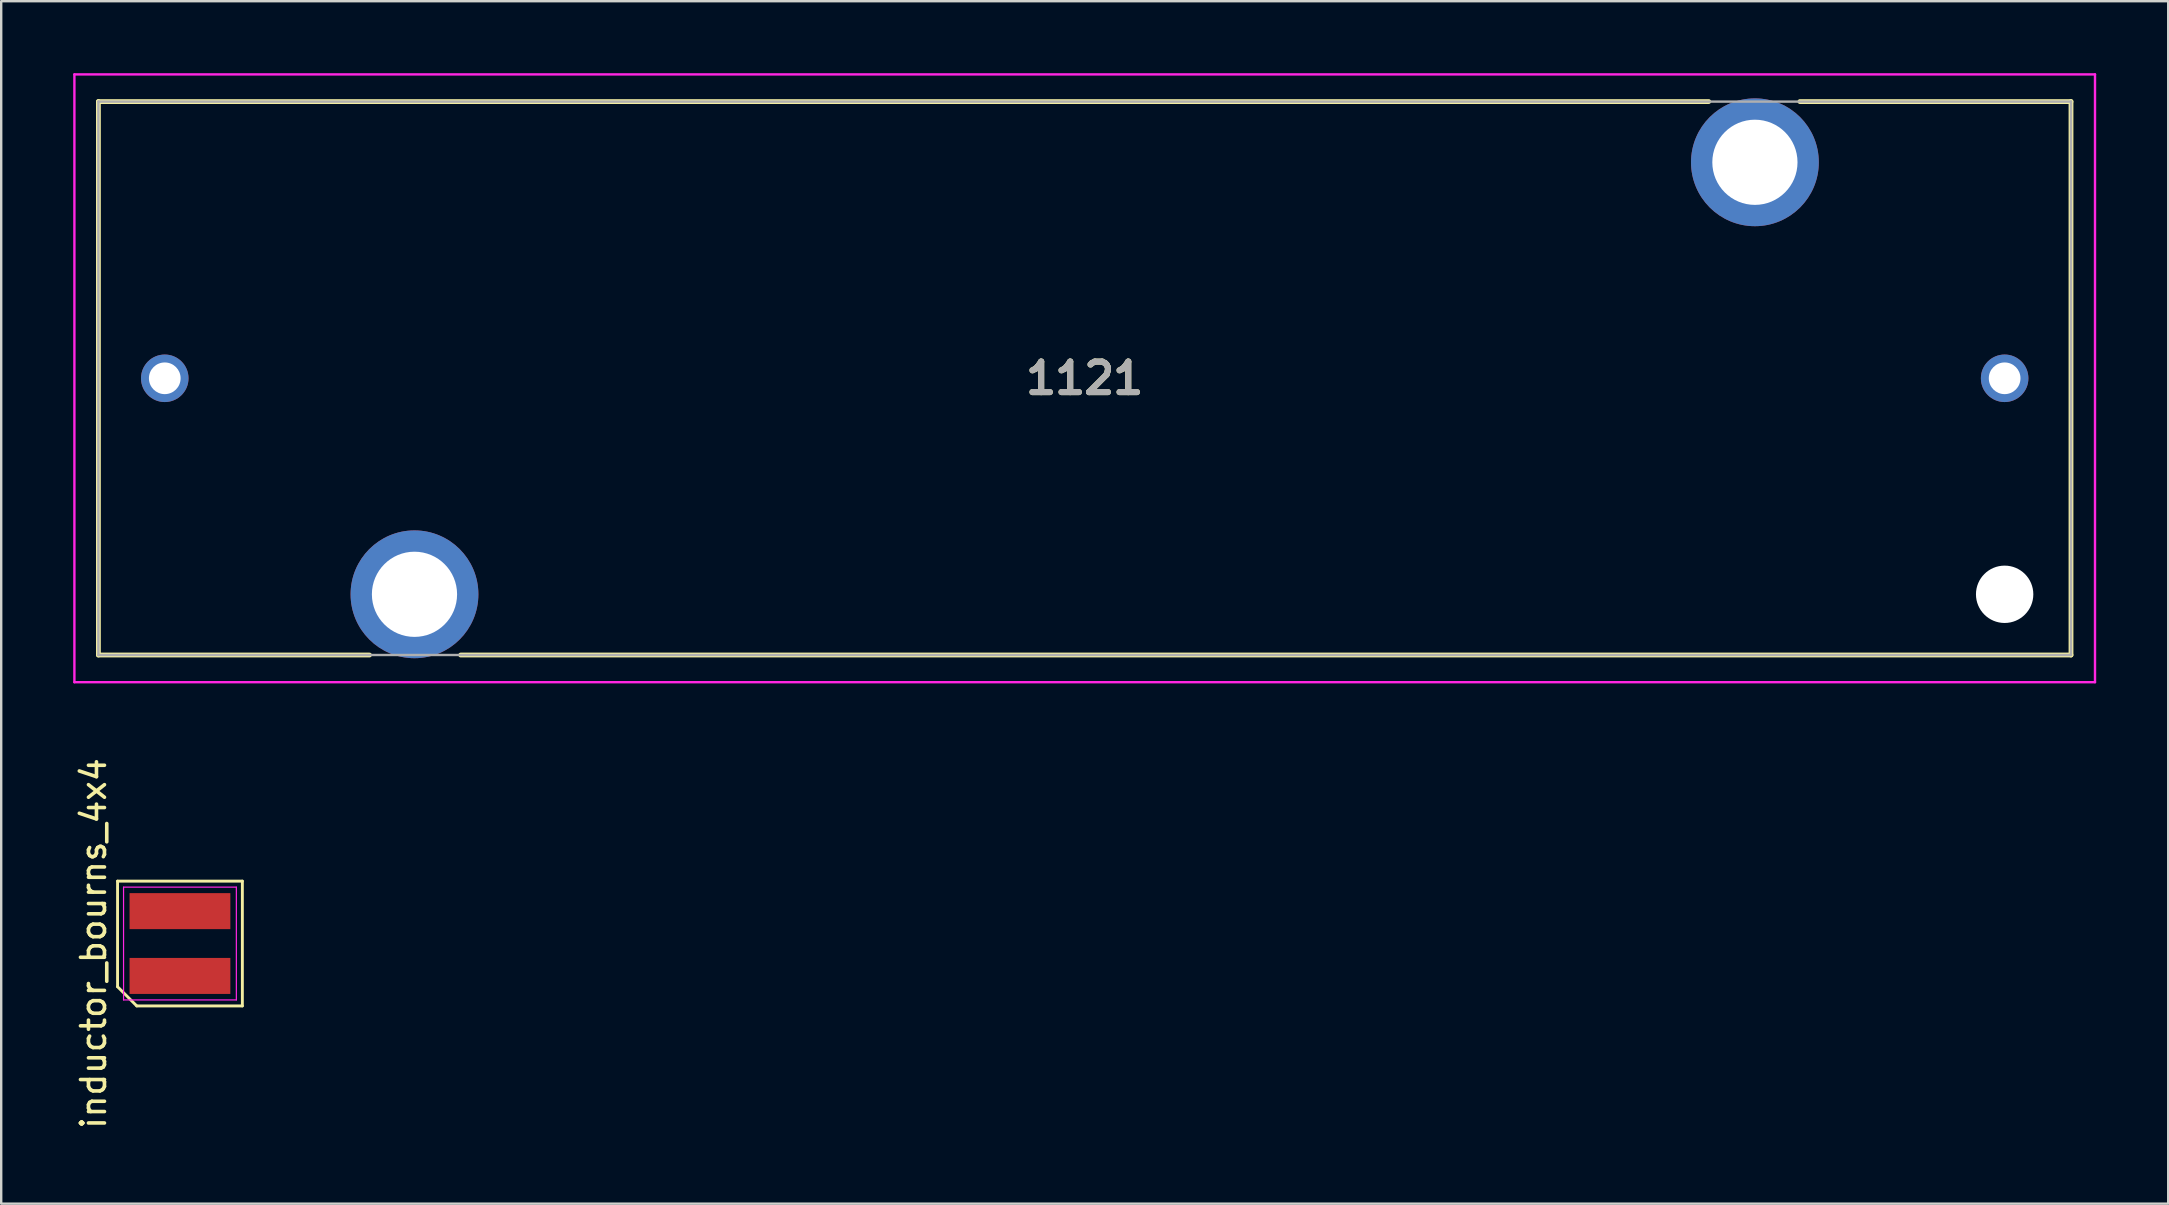
<source format=kicad_pcb>
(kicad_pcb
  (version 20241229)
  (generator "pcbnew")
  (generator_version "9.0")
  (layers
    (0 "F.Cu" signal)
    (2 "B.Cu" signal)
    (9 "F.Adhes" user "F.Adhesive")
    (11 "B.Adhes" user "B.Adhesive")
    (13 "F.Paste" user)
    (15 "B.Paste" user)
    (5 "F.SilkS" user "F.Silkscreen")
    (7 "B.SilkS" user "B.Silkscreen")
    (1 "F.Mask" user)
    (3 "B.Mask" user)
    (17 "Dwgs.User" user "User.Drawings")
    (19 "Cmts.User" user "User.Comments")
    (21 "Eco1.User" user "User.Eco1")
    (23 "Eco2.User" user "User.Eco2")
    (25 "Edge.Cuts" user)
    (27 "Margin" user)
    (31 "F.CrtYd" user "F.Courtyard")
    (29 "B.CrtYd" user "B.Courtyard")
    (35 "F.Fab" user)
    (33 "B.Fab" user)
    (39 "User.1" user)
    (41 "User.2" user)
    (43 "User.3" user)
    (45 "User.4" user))
  (footprint "1121"
    (layer "F.Cu")
    (at 3.815 12.712)
    (property "Reference" "1121" (at 38.33 0 0) (layer "F.SilkS") (effects (font (size 1.27 1.27) (thickness 0.254))))
    (attr through_hole)
    (fp_line (start -2.765 -11.53) (end 64.33 -11.53) (stroke (width 0.2) (type solid)) (layer "F.SilkS"))
    (fp_line (start -2.765 11.53) (end -2.765 -11.53) (stroke (width 0.2) (type solid)) (layer "F.SilkS"))
    (fp_line (start 8.53 11.53) (end -2.765 11.53) (stroke (width 0.2) (type solid)) (layer "F.SilkS"))
    (fp_line (start 68.13 -11.53) (end 79.425 -11.53) (stroke (width 0.2) (type solid)) (layer "F.SilkS"))
    (fp_line (start 79.425 -11.53) (end 79.425 11.53) (stroke (width 0.2) (type solid)) (layer "F.SilkS"))
    (fp_line (start 79.425 11.53) (end 12.33 11.53) (stroke (width 0.2) (type solid)) (layer "F.SilkS"))
    (fp_line (start -3.765 -12.662) (end 80.425 -12.662) (stroke (width 0.1) (type solid)) (layer "F.CrtYd"))
    (fp_line (start -3.765 12.662) (end -3.765 -12.662) (stroke (width 0.1) (type solid)) (layer "F.CrtYd"))
    (fp_line (start 80.425 -12.662) (end 80.425 12.662) (stroke (width 0.1) (type solid)) (layer "F.CrtYd"))
    (fp_line (start 80.425 12.662) (end -3.765 12.662) (stroke (width 0.1) (type solid)) (layer "F.CrtYd"))
    (fp_line (start -2.765 -11.53) (end 79.425 -11.53) (stroke (width 0.1) (type solid)) (layer "F.Fab"))
    (fp_line (start -2.765 11.53) (end -2.765 -11.53) (stroke (width 0.1) (type solid)) (layer "F.Fab"))
    (fp_line (start 79.425 -11.53) (end 79.425 11.53) (stroke (width 0.1) (type solid)) (layer "F.Fab"))
    (fp_line (start 79.425 11.53) (end -2.765 11.53) (stroke (width 0.1) (type solid)) (layer "F.Fab"))
    (fp_text user "${REFERENCE}" (at 38.33 0 0) (layer "F.Fab") (effects (font (size 1.27 1.27) (thickness 0.254))))
    (pad "" np_thru_hole circle (at 76.66 9) (size 2.39 2.39) (drill 2.39) (layers "*.Cu" "*.Mask"))
    (pad "1" thru_hole circle (at 0 0) (size 1.98 1.98) (drill 1.32) (layers "*.Cu" "*.Mask"))
    (pad "2" thru_hole circle (at 76.66 0) (size 1.98 1.98) (drill 1.32) (layers "*.Cu" "*.Mask"))
    (pad "MH1" thru_hole circle (at 10.405 9) (size 5.325 5.325) (drill 3.55) (layers "*.Cu" "*.Mask"))
    (pad "MH2" thru_hole circle (at 66.255 -9) (size 5.325 5.325) (drill 3.55) (layers "*.Cu" "*.Mask")))
  (footprint "inductor_bourns_4x4"
    (layer "F.Cu")
    (at 4.448 36.263)
    (property "Reference" "inductor_bourns_4x4" (at -3.6 0 90) (layer "F.SilkS") (effects (font (size 1 1) (thickness 0.15))))
    (attr smd)
    (fp_line (start -2.6 -2.6) (end 2.6 -2.6) (stroke (width 0.12) (type solid)) (layer "F.SilkS"))
    (fp_line (start -2.6 1.8) (end -2.6 -2.6) (stroke (width 0.12) (type solid)) (layer "F.SilkS"))
    (fp_line (start -1.8 2.6) (end -2.6 1.8) (stroke (width 0.12) (type solid)) (layer "F.SilkS"))
    (fp_line (start 2.6 -2.6) (end 2.6 2.6) (stroke (width 0.12) (type solid)) (layer "F.SilkS"))
    (fp_line (start 2.6 2.6) (end -1.8 2.6) (stroke (width 0.12) (type solid)) (layer "F.SilkS"))
    (fp_line (start -2.35 -2.35) (end 2.35 -2.35) (stroke (width 0.05) (type solid)) (layer "F.CrtYd"))
    (fp_line (start -2.35 2.35) (end -2.35 -2.35) (stroke (width 0.05) (type solid)) (layer "F.CrtYd"))
    (fp_line (start 2.35 -2.35) (end 2.35 2.35) (stroke (width 0.05) (type solid)) (layer "F.CrtYd"))
    (fp_line (start 2.35 2.35) (end -2.35 2.35) (stroke (width 0.05) (type solid)) (layer "F.CrtYd"))
    (pad "1" smd rect (at 0 1.35) (size 4.2 1.5) (layers "F.Cu" "F.Mask" "F.Paste"))
    (pad "2" smd rect (at 0 -1.35) (size 4.2 1.5) (layers "F.Cu" "F.Mask" "F.Paste")))
  (gr_rect
    (start -3 -3)
    (end 87.29 47.103)
    (stroke (width 0.1) (type default))
    (fill no)
    (layer "Edge.Cuts")))
</source>
